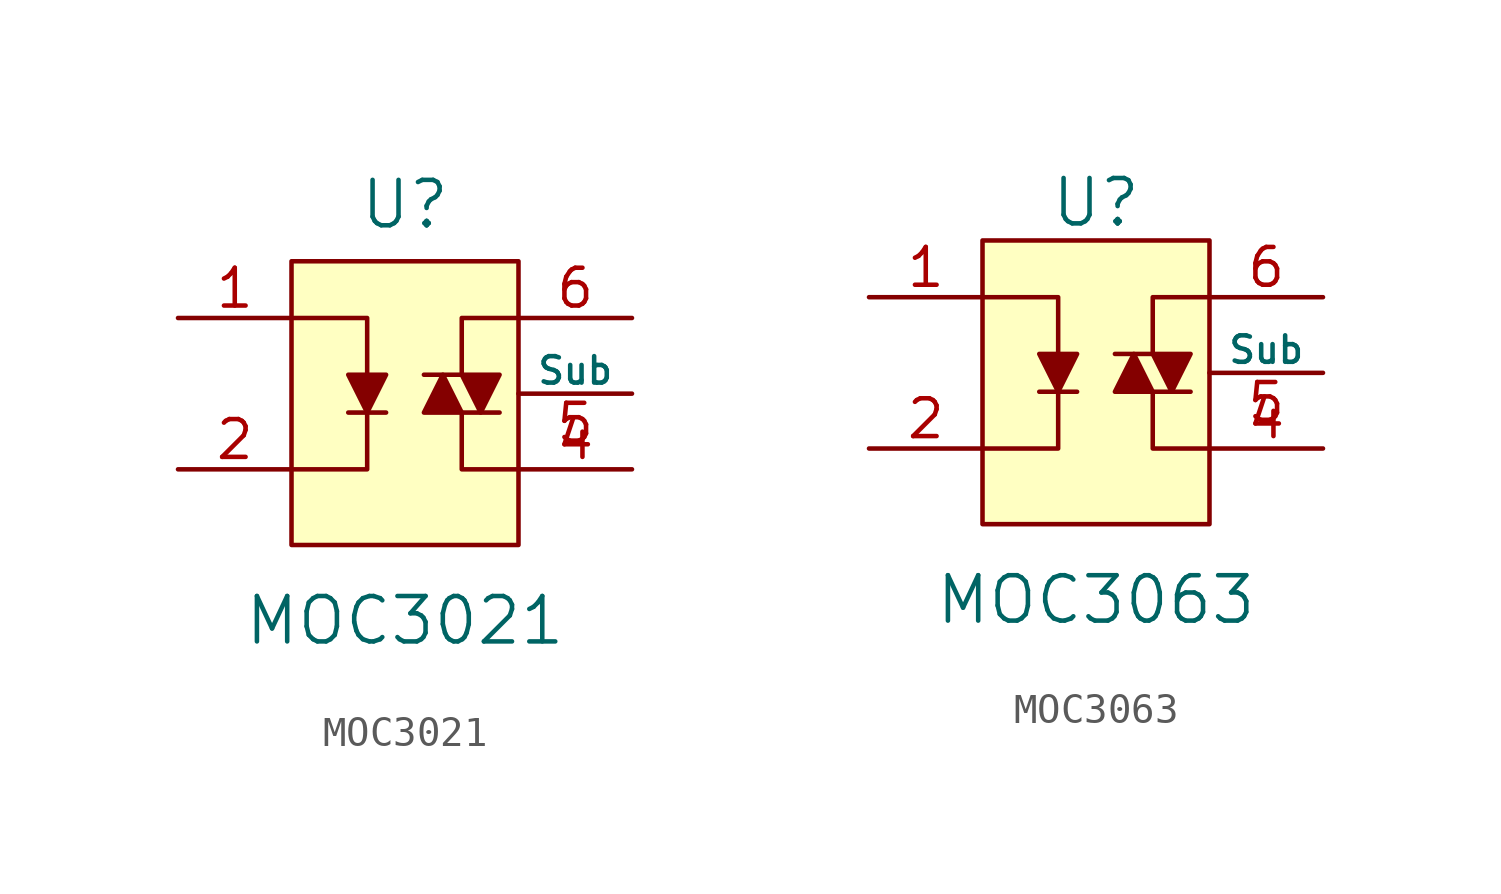
<source format=kicad_sym>
(kicad_symbol_lib
  (version 20211014)
  (generator kicad_symbol_editor)
  (symbol "MOC3021"
    (pin_names
      (offset 0))
    (property "Reference" "U"
      (at 0 6.35 0)
      (effects (font (size 1.524 1.524))))
    (property "Value" "MOC3021"
      (at 0 -7.62 0)
      (effects (font (size 1.524 1.524))))
    (symbol "MOC3021_0_1"
      (rectangle (start -3.81 4.445) (end 3.81 -5.08) (stroke (width 0) (type default) (color 0 0 0 0)) (fill (type background)))
      (polyline (pts (xy -1.905 -0.635) (xy -0.635 -0.635)) (stroke (width 0) (type default) (color 0 0 0 0)) (fill (type none)))
      (polyline (pts (xy 1.905 -0.635) (xy 3.175 -0.635)) (stroke (width 0) (type default) (color 0 0 0 0)) (fill (type none)))
      (polyline (pts (xy 1.905 0.635) (xy 0.635 0.635)) (stroke (width 0) (type default) (color 0 0 0 0)) (fill (type none)))
      (polyline (pts (xy 1.905 -0.635) (xy 1.905 -2.54) (xy 3.81 -2.54)) (stroke (width 0) (type default) (color 0 0 0 0)) (fill (type none)))
      (polyline (pts (xy 3.81 2.54) (xy 1.905 2.54) (xy 1.905 0.635)) (stroke (width 0) (type default) (color 0 0 0 0)) (fill (type none)))
      (polyline (pts (xy -3.81 2.54) (xy -1.27 2.54) (xy -1.27 -2.54) (xy -3.81 -2.54)) (stroke (width 0) (type default) (color 0 0 0 0)) (fill (type none)))
      (polyline (pts (xy -1.905 0.635) (xy -1.27 -0.635) (xy -0.635 0.635) (xy -1.905 0.635)) (stroke (width 0) (type default) (color 0 0 0 0)) (fill (type outline)))
      (polyline (pts (xy 0.635 -0.635) (xy 1.27 0.635) (xy 1.905 -0.635) (xy 0.635 -0.635)) (stroke (width 0) (type default) (color 0 0 0 0)) (fill (type outline)))
      (polyline (pts (xy 1.905 0.635) (xy 2.54 -0.635) (xy 3.175 0.635) (xy 1.905 0.635)) (stroke (width 0) (type default) (color 0 0 0 0)) (fill (type outline))))
    (symbol "MOC3021_1_1"
      (pin passive line (at -7.62 2.54 0) (length 3.81) (name "~" (effects (font (size 1.27 1.27)))) (number "1" (effects (font (size 1.27 1.27)))))
      (pin passive line (at -7.62 -2.54 0) (length 3.81) (name "~" (effects (font (size 1.27 1.27)))) (number "2" (effects (font (size 1.27 1.27)))))
      (pin no_connect line (at 0 -5.08 90) (length 3.81) hide (name "NC" (effects (font (size 1.016 1.016)))) (number "3" (effects (font (size 1.27 1.27)))))
      (pin passive line (at 7.62 -2.54 180) (length 3.81) (name "~" (effects (font (size 1.27 1.27)))) (number "4" (effects (font (size 1.27 1.27)))))
      (pin passive line (at 7.62 0 180) (length 3.81) (name "Sub" (effects (font (size 0.889 0.889)))) (number "5" (effects (font (size 1.27 1.27)))))
      (pin passive line (at 7.62 2.54 180) (length 3.81) (name "~" (effects (font (size 1.27 1.27)))) (number "6" (effects (font (size 1.27 1.27)))))))
  (symbol "MOC3063"
    (pin_names
      (offset 0))
    (property "Reference" "U"
      (at 0 5.715 0)
      (effects (font (size 1.524 1.524))))
    (property "Value" "MOC3063"
      (at 0 -7.62 0)
      (effects (font (size 1.524 1.524))))
    (symbol "MOC3063_0_1"
      (rectangle (start -3.81 4.445) (end 3.81 -5.08) (stroke (width 0) (type default) (color 0 0 0 0)) (fill (type background)))
      (polyline (pts (xy -1.905 -0.635) (xy -0.635 -0.635)) (stroke (width 0) (type default) (color 0 0 0 0)) (fill (type none)))
      (polyline (pts (xy 1.905 -0.635) (xy 3.175 -0.635)) (stroke (width 0) (type default) (color 0 0 0 0)) (fill (type none)))
      (polyline (pts (xy 1.905 0.635) (xy 0.635 0.635)) (stroke (width 0) (type default) (color 0 0 0 0)) (fill (type none)))
      (polyline (pts (xy 1.905 -0.635) (xy 1.905 -2.54) (xy 3.81 -2.54)) (stroke (width 0) (type default) (color 0 0 0 0)) (fill (type none)))
      (polyline (pts (xy 3.81 2.54) (xy 1.905 2.54) (xy 1.905 0.635)) (stroke (width 0) (type default) (color 0 0 0 0)) (fill (type none)))
      (polyline (pts (xy -3.81 2.54) (xy -1.27 2.54) (xy -1.27 -2.54) (xy -3.81 -2.54)) (stroke (width 0) (type default) (color 0 0 0 0)) (fill (type none)))
      (polyline (pts (xy -1.905 0.635) (xy -1.27 -0.635) (xy -0.635 0.635) (xy -1.905 0.635)) (stroke (width 0) (type default) (color 0 0 0 0)) (fill (type outline)))
      (polyline (pts (xy 0.635 -0.635) (xy 1.27 0.635) (xy 1.905 -0.635) (xy 0.635 -0.635)) (stroke (width 0) (type default) (color 0 0 0 0)) (fill (type outline)))
      (polyline (pts (xy 1.905 0.635) (xy 2.54 -0.635) (xy 3.175 0.635) (xy 1.905 0.635)) (stroke (width 0) (type default) (color 0 0 0 0)) (fill (type outline))))
    (symbol "MOC3063_1_1"
      (pin passive line (at -7.62 2.54 0) (length 3.81) (name "~" (effects (font (size 1.27 1.27)))) (number "1" (effects (font (size 1.27 1.27)))))
      (pin passive line (at -7.62 -2.54 0) (length 3.81) (name "~" (effects (font (size 1.27 1.27)))) (number "2" (effects (font (size 1.27 1.27)))))
      (pin no_connect line (at 0 -5.08 90) (length 3.81) hide (name "NC" (effects (font (size 1.016 1.016)))) (number "3" (effects (font (size 1.27 1.27)))))
      (pin passive line (at 7.62 -2.54 180) (length 3.81) (name "~" (effects (font (size 1.27 1.27)))) (number "4" (effects (font (size 1.27 1.27)))))
      (pin passive line (at 7.62 0 180) (length 3.81) (name "Sub" (effects (font (size 0.889 0.889)))) (number "5" (effects (font (size 1.27 1.27)))))
      (pin passive line (at 7.62 2.54 180) (length 3.81) (name "~" (effects (font (size 1.27 1.27)))) (number "6" (effects (font (size 1.27 1.27))))))))
</source>
